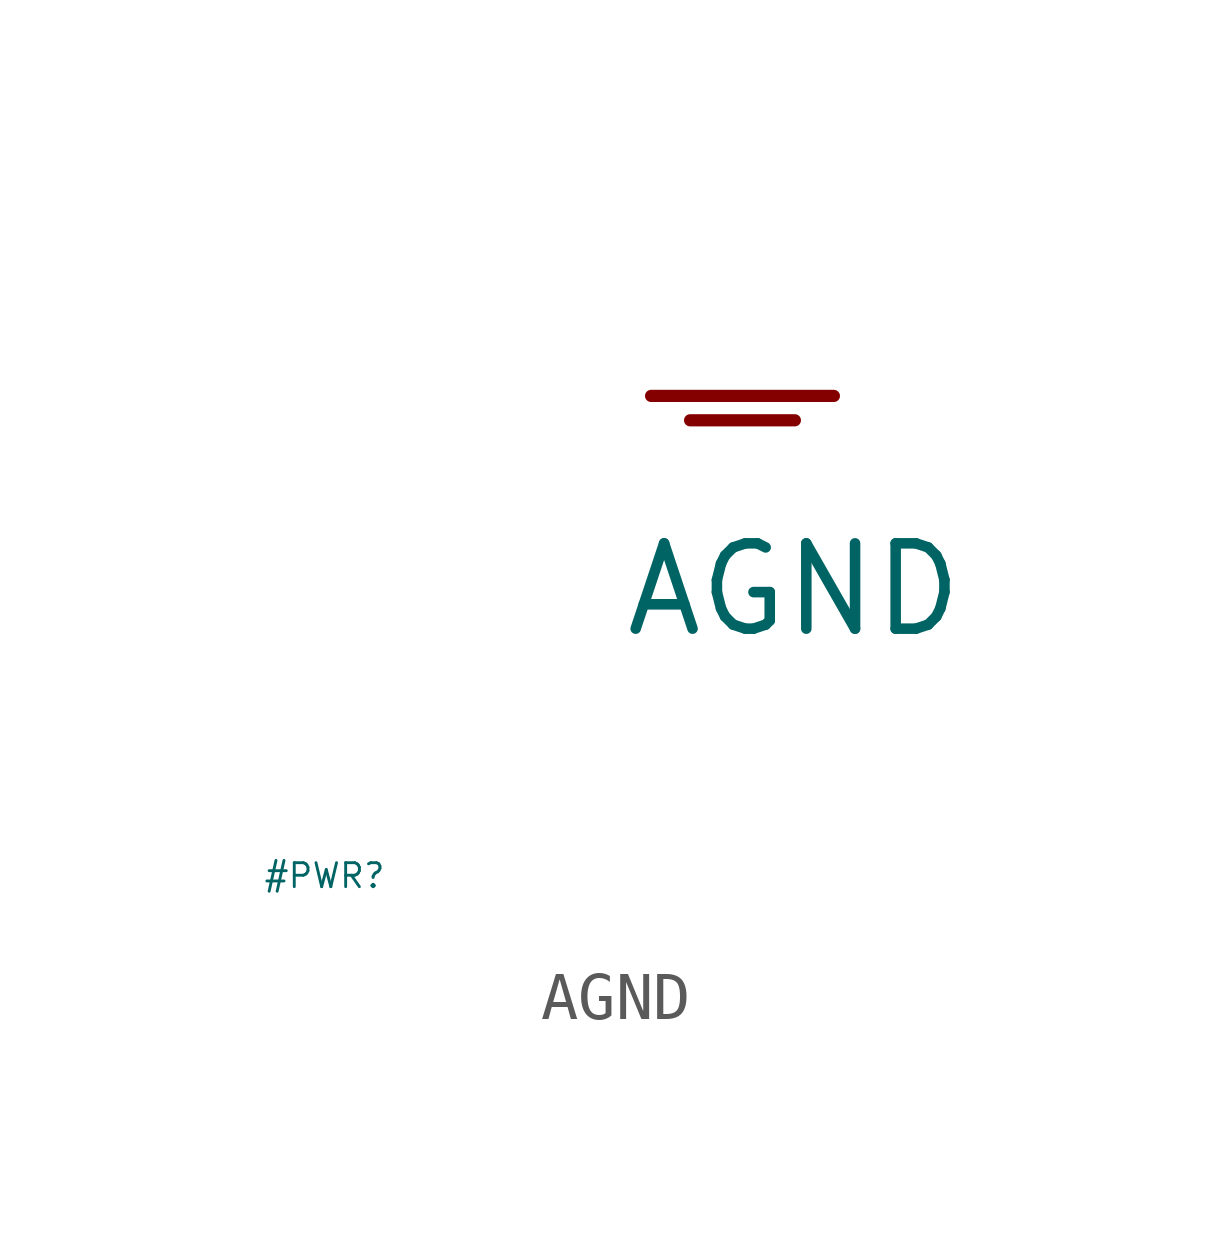
<source format=kicad_sym>
(kicad_symbol_lib
  (version 20220914)
  (generator Eagle2Kicad)
  (symbol "AGND"
    (power)
    (pin_names
      (offset 0))
    (property "Reference" "#PWR"
      (at -10 -10 0)
      (effects (font (size 0.5 0.5) (thickness 0.06)) (justify left)))
    (property "Value" "AGND"
      (at -2.54 -5.08 0)
      (effects (font (size 1.778 1.778) (thickness 0.22)) (justify left bottom)))
    (polyline
      (pts (xy -1.905 0) (xy 1.905 0))
      (stroke (width 0.254) (type default))
      (fill (type none)))
    (polyline
      (pts (xy -1.092 -0.508) (xy 1.092 -0.508))
      (stroke (width 0.254) (type default))
      (fill (type none)))
    (pin power_in line
      (at 0 2.54 270)
      (length 2.54) hide
      (name "AGND" (effects (font (size 0.635 0.635) (thickness 0.08)) (justify left bottom)))
      (number "1" (effects (font (size 0.635 0.635) (thickness 0.08)) (justify left bottom))))))
</source>
